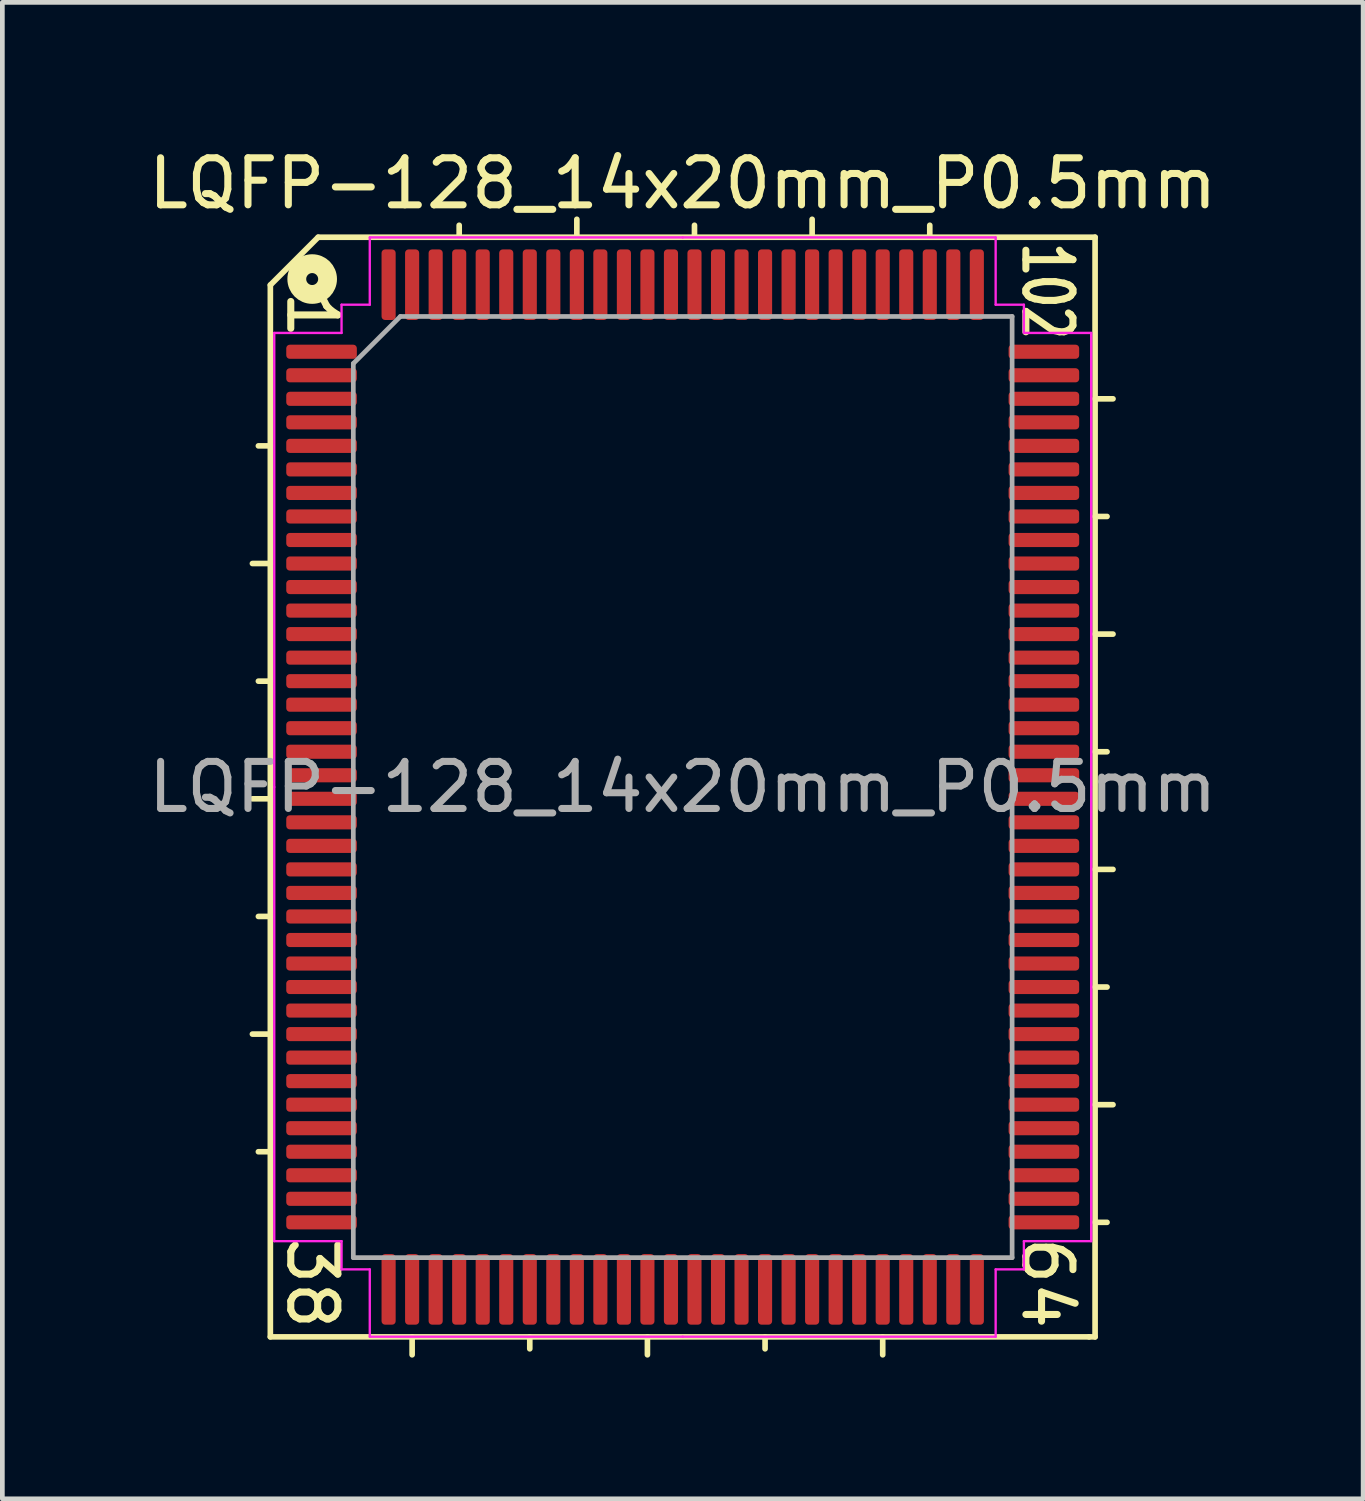
<source format=kicad_pcb>
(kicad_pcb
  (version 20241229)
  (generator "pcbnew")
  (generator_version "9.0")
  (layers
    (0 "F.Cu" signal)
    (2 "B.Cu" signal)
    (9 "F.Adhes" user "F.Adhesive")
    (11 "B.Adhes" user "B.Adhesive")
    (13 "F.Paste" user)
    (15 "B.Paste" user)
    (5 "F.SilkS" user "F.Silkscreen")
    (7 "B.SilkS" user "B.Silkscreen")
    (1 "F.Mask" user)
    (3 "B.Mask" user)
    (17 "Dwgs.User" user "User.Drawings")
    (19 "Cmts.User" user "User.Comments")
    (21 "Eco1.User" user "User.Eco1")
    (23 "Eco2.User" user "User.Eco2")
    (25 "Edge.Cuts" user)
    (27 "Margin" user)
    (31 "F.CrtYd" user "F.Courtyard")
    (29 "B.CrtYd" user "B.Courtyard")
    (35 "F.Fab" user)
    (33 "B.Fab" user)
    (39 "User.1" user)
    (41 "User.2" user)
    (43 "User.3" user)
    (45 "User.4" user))
  (footprint "LQFP-128_14x20mm_P0.5mm"
    (layer "F.Cu")
    (at 11.458 13.675)
    (property "Reference" "LQFP-128_14x20mm_P0.5mm" (at 0 -12.827 0) (layer "F.SilkS") (effects (font (size 1 1) (thickness 0.15))))
    (attr smd)
    (fp_line (start -9.144 -4.75) (end -8.763 -4.75) (stroke (width 0.12) (type solid)) (layer "F.SilkS"))
    (fp_line (start -9.144 0.25) (end -8.763 0.25) (stroke (width 0.12) (type solid)) (layer "F.SilkS"))
    (fp_line (start -9.144 5.25) (end -8.763 5.25) (stroke (width 0.12) (type solid)) (layer "F.SilkS"))
    (fp_line (start -9.017 -2.25) (end -8.763 -2.25) (stroke (width 0.12) (type solid)) (layer "F.SilkS"))
    (fp_line (start -9.017 2.75) (end -8.763 2.75) (stroke (width 0.12) (type solid)) (layer "F.SilkS"))
    (fp_line (start -9.017 7.75) (end -8.763 7.75) (stroke (width 0.12) (type solid)) (layer "F.SilkS"))
    (fp_line (start -8.763 -10.668) (end -8.763 11.684) (stroke (width 0.12) (type solid)) (layer "F.SilkS"))
    (fp_line (start -8.763 -7.25) (end -9.017 -7.25) (stroke (width 0.12) (type solid)) (layer "F.SilkS"))
    (fp_line (start -8.763 11.684) (end 8.636 11.684) (stroke (width 0.12) (type solid)) (layer "F.SilkS"))
    (fp_line (start -7.747 -11.684) (end -8.763 -10.668) (stroke (width 0.12) (type solid)) (layer "F.SilkS"))
    (fp_line (start -5.75 12.065) (end -5.75 11.684) (stroke (width 0.12) (type solid)) (layer "F.SilkS"))
    (fp_line (start -4.75 -11.938) (end -4.75 -11.684) (stroke (width 0.12) (type solid)) (layer "F.SilkS"))
    (fp_line (start -3.25 11.938) (end -3.25 11.684) (stroke (width 0.12) (type solid)) (layer "F.SilkS"))
    (fp_line (start -2.25 -12.065) (end -2.25 -11.684) (stroke (width 0.12) (type solid)) (layer "F.SilkS"))
    (fp_line (start -0.75 12.065) (end -0.75 11.684) (stroke (width 0.12) (type solid)) (layer "F.SilkS"))
    (fp_line (start 0.25 -11.938) (end 0.25 -11.684) (stroke (width 0.12) (type solid)) (layer "F.SilkS"))
    (fp_line (start 1.75 11.938) (end 1.75 11.684) (stroke (width 0.12) (type solid)) (layer "F.SilkS"))
    (fp_line (start 2.75 -12.065) (end 2.75 -11.684) (stroke (width 0.12) (type solid)) (layer "F.SilkS"))
    (fp_line (start 4.25 12.065) (end 4.25 11.684) (stroke (width 0.12) (type solid)) (layer "F.SilkS"))
    (fp_line (start 5.25 -11.938) (end 5.25 -11.684) (stroke (width 0.12) (type solid)) (layer "F.SilkS"))
    (fp_line (start 8.636 11.684) (end 8.763 11.684) (stroke (width 0.12) (type solid)) (layer "F.SilkS"))
    (fp_line (start 8.763 -11.684) (end -7.747 -11.684) (stroke (width 0.12) (type solid)) (layer "F.SilkS"))
    (fp_line (start 8.763 11.684) (end 8.763 -11.684) (stroke (width 0.12) (type solid)) (layer "F.SilkS"))
    (fp_line (start 9.017 -5.75) (end 8.763 -5.75) (stroke (width 0.12) (type solid)) (layer "F.SilkS"))
    (fp_line (start 9.017 -0.75) (end 8.763 -0.75) (stroke (width 0.12) (type solid)) (layer "F.SilkS"))
    (fp_line (start 9.017 4.25) (end 8.763 4.25) (stroke (width 0.12) (type solid)) (layer "F.SilkS"))
    (fp_line (start 9.017 9.25) (end 8.763 9.25) (stroke (width 0.12) (type solid)) (layer "F.SilkS"))
    (fp_line (start 9.144 -8.25) (end 8.763 -8.25) (stroke (width 0.12) (type solid)) (layer "F.SilkS"))
    (fp_line (start 9.144 -3.25) (end 8.763 -3.25) (stroke (width 0.12) (type solid)) (layer "F.SilkS"))
    (fp_line (start 9.144 1.75) (end 8.763 1.75) (stroke (width 0.12) (type solid)) (layer "F.SilkS"))
    (fp_line (start 9.144 6.75) (end 8.763 6.75) (stroke (width 0.12) (type solid)) (layer "F.SilkS"))
    (fp_circle (center -7.874 -10.795) (end -7.747 -10.795) (stroke (width 0.4) (type solid)) (fill no) (layer "F.SilkS"))
    (fp_line (start -8.68 -9.65) (end -8.68 0) (stroke (width 0.05) (type solid)) (layer "F.CrtYd"))
    (fp_line (start -8.68 9.65) (end -8.68 0) (stroke (width 0.05) (type solid)) (layer "F.CrtYd"))
    (fp_line (start -7.25 -10.25) (end -7.25 -9.65) (stroke (width 0.05) (type solid)) (layer "F.CrtYd"))
    (fp_line (start -7.25 -9.65) (end -8.68 -9.65) (stroke (width 0.05) (type solid)) (layer "F.CrtYd"))
    (fp_line (start -7.25 9.65) (end -8.68 9.65) (stroke (width 0.05) (type solid)) (layer "F.CrtYd"))
    (fp_line (start -7.25 10.25) (end -7.25 9.65) (stroke (width 0.05) (type solid)) (layer "F.CrtYd"))
    (fp_line (start -6.65 -11.68) (end -6.65 -10.25) (stroke (width 0.05) (type solid)) (layer "F.CrtYd"))
    (fp_line (start -6.65 -10.25) (end -7.25 -10.25) (stroke (width 0.05) (type solid)) (layer "F.CrtYd"))
    (fp_line (start -6.65 10.25) (end -7.25 10.25) (stroke (width 0.05) (type solid)) (layer "F.CrtYd"))
    (fp_line (start -6.65 11.68) (end -6.65 10.25) (stroke (width 0.05) (type solid)) (layer "F.CrtYd"))
    (fp_line (start 0 -11.68) (end -6.65 -11.68) (stroke (width 0.05) (type solid)) (layer "F.CrtYd"))
    (fp_line (start 0 -11.68) (end 6.65 -11.68) (stroke (width 0.05) (type solid)) (layer "F.CrtYd"))
    (fp_line (start 0 11.68) (end -6.65 11.68) (stroke (width 0.05) (type solid)) (layer "F.CrtYd"))
    (fp_line (start 0 11.68) (end 6.65 11.68) (stroke (width 0.05) (type solid)) (layer "F.CrtYd"))
    (fp_line (start 6.65 -11.68) (end 6.65 -10.25) (stroke (width 0.05) (type solid)) (layer "F.CrtYd"))
    (fp_line (start 6.65 -10.25) (end 7.25 -10.25) (stroke (width 0.05) (type solid)) (layer "F.CrtYd"))
    (fp_line (start 6.65 10.25) (end 7.25 10.25) (stroke (width 0.05) (type solid)) (layer "F.CrtYd"))
    (fp_line (start 6.65 11.68) (end 6.65 10.25) (stroke (width 0.05) (type solid)) (layer "F.CrtYd"))
    (fp_line (start 7.25 -10.25) (end 7.25 -9.65) (stroke (width 0.05) (type solid)) (layer "F.CrtYd"))
    (fp_line (start 7.25 -9.65) (end 8.68 -9.65) (stroke (width 0.05) (type solid)) (layer "F.CrtYd"))
    (fp_line (start 7.25 9.65) (end 8.68 9.65) (stroke (width 0.05) (type solid)) (layer "F.CrtYd"))
    (fp_line (start 7.25 10.25) (end 7.25 9.65) (stroke (width 0.05) (type solid)) (layer "F.CrtYd"))
    (fp_line (start 8.68 -9.65) (end 8.68 0) (stroke (width 0.05) (type solid)) (layer "F.CrtYd"))
    (fp_line (start 8.68 9.65) (end 8.68 0) (stroke (width 0.05) (type solid)) (layer "F.CrtYd"))
    (fp_line (start -7 -9) (end -6 -10) (stroke (width 0.1) (type solid)) (layer "F.Fab"))
    (fp_line (start -7 10) (end -7 -9) (stroke (width 0.1) (type solid)) (layer "F.Fab"))
    (fp_line (start -6 -10) (end 7 -10) (stroke (width 0.1) (type solid)) (layer "F.Fab"))
    (fp_line (start 7 -10) (end 7 10) (stroke (width 0.1) (type solid)) (layer "F.Fab"))
    (fp_line (start 7 10) (end -7 10) (stroke (width 0.1) (type solid)) (layer "F.Fab"))
    (fp_text user "102" (at 7.747 -10.541 270) (unlocked yes) (layer "F.SilkS") (effects (font (size 1 0.7) (thickness 0.15))))
    (fp_text user "1" (at -7.874 -10.033 270) (unlocked yes) (layer "F.SilkS") (effects (font (size 1 1) (thickness 0.15))))
    (fp_text user "38" (at -7.874 10.541 270) (unlocked yes) (layer "F.SilkS") (effects (font (size 1 1) (thickness 0.15))))
    (fp_text user "64" (at 7.747 10.541 270) (unlocked yes) (layer "F.SilkS") (effects (font (size 1 1) (thickness 0.15))))
    (fp_text user "${REFERENCE}" (at 0 0 0) (layer "F.Fab") (effects (font (size 1 1) (thickness 0.15))))
    (pad "1" smd roundrect (at -7.675 -9.25) (size 1.5 0.3) (layers "F.Cu" "F.Mask" "F.Paste") (roundrect_rratio 0.25))
    (pad "2" smd roundrect (at -7.675 -8.75) (size 1.5 0.3) (layers "F.Cu" "F.Mask" "F.Paste") (roundrect_rratio 0.25))
    (pad "3" smd roundrect (at -7.675 -8.25) (size 1.5 0.3) (layers "F.Cu" "F.Mask" "F.Paste") (roundrect_rratio 0.25))
    (pad "4" smd roundrect (at -7.675 -7.75) (size 1.5 0.3) (layers "F.Cu" "F.Mask" "F.Paste") (roundrect_rratio 0.25))
    (pad "5" smd roundrect (at -7.675 -7.25) (size 1.5 0.3) (layers "F.Cu" "F.Mask" "F.Paste") (roundrect_rratio 0.25))
    (pad "6" smd roundrect (at -7.675 -6.75) (size 1.5 0.3) (layers "F.Cu" "F.Mask" "F.Paste") (roundrect_rratio 0.25))
    (pad "7" smd roundrect (at -7.675 -6.25) (size 1.5 0.3) (layers "F.Cu" "F.Mask" "F.Paste") (roundrect_rratio 0.25))
    (pad "8" smd roundrect (at -7.675 -5.75) (size 1.5 0.3) (layers "F.Cu" "F.Mask" "F.Paste") (roundrect_rratio 0.25))
    (pad "9" smd roundrect (at -7.675 -5.25) (size 1.5 0.3) (layers "F.Cu" "F.Mask" "F.Paste") (roundrect_rratio 0.25))
    (pad "10" smd roundrect (at -7.675 -4.75) (size 1.5 0.3) (layers "F.Cu" "F.Mask" "F.Paste") (roundrect_rratio 0.25))
    (pad "11" smd roundrect (at -7.675 -4.25) (size 1.5 0.3) (layers "F.Cu" "F.Mask" "F.Paste") (roundrect_rratio 0.25))
    (pad "12" smd roundrect (at -7.675 -3.75) (size 1.5 0.3) (layers "F.Cu" "F.Mask" "F.Paste") (roundrect_rratio 0.25))
    (pad "13" smd roundrect (at -7.675 -3.25) (size 1.5 0.3) (layers "F.Cu" "F.Mask" "F.Paste") (roundrect_rratio 0.25))
    (pad "14" smd roundrect (at -7.675 -2.75) (size 1.5 0.3) (layers "F.Cu" "F.Mask" "F.Paste") (roundrect_rratio 0.25))
    (pad "15" smd roundrect (at -7.675 -2.25) (size 1.5 0.3) (layers "F.Cu" "F.Mask" "F.Paste") (roundrect_rratio 0.25))
    (pad "16" smd roundrect (at -7.675 -1.75) (size 1.5 0.3) (layers "F.Cu" "F.Mask" "F.Paste") (roundrect_rratio 0.25))
    (pad "17" smd roundrect (at -7.675 -1.25) (size 1.5 0.3) (layers "F.Cu" "F.Mask" "F.Paste") (roundrect_rratio 0.25))
    (pad "18" smd roundrect (at -7.675 -0.75) (size 1.5 0.3) (layers "F.Cu" "F.Mask" "F.Paste") (roundrect_rratio 0.25))
    (pad "19" smd roundrect (at -7.675 -0.25) (size 1.5 0.3) (layers "F.Cu" "F.Mask" "F.Paste") (roundrect_rratio 0.25))
    (pad "20" smd roundrect (at -7.675 0.25) (size 1.5 0.3) (layers "F.Cu" "F.Mask" "F.Paste") (roundrect_rratio 0.25))
    (pad "21" smd roundrect (at -7.675 0.75) (size 1.5 0.3) (layers "F.Cu" "F.Mask" "F.Paste") (roundrect_rratio 0.25))
    (pad "22" smd roundrect (at -7.675 1.25) (size 1.5 0.3) (layers "F.Cu" "F.Mask" "F.Paste") (roundrect_rratio 0.25))
    (pad "23" smd roundrect (at -7.675 1.75) (size 1.5 0.3) (layers "F.Cu" "F.Mask" "F.Paste") (roundrect_rratio 0.25))
    (pad "24" smd roundrect (at -7.675 2.25) (size 1.5 0.3) (layers "F.Cu" "F.Mask" "F.Paste") (roundrect_rratio 0.25))
    (pad "25" smd roundrect (at -7.675 2.75) (size 1.5 0.3) (layers "F.Cu" "F.Mask" "F.Paste") (roundrect_rratio 0.25))
    (pad "26" smd roundrect (at -7.675 3.25) (size 1.5 0.3) (layers "F.Cu" "F.Mask" "F.Paste") (roundrect_rratio 0.25))
    (pad "27" smd roundrect (at -7.675 3.75) (size 1.5 0.3) (layers "F.Cu" "F.Mask" "F.Paste") (roundrect_rratio 0.25))
    (pad "28" smd roundrect (at -7.675 4.25) (size 1.5 0.3) (layers "F.Cu" "F.Mask" "F.Paste") (roundrect_rratio 0.25))
    (pad "29" smd roundrect (at -7.675 4.75) (size 1.5 0.3) (layers "F.Cu" "F.Mask" "F.Paste") (roundrect_rratio 0.25))
    (pad "30" smd roundrect (at -7.675 5.25) (size 1.5 0.3) (layers "F.Cu" "F.Mask" "F.Paste") (roundrect_rratio 0.25))
    (pad "31" smd roundrect (at -7.675 5.75) (size 1.5 0.3) (layers "F.Cu" "F.Mask" "F.Paste") (roundrect_rratio 0.25))
    (pad "32" smd roundrect (at -7.675 6.25) (size 1.5 0.3) (layers "F.Cu" "F.Mask" "F.Paste") (roundrect_rratio 0.25))
    (pad "33" smd roundrect (at -7.675 6.75) (size 1.5 0.3) (layers "F.Cu" "F.Mask" "F.Paste") (roundrect_rratio 0.25))
    (pad "34" smd roundrect (at -7.675 7.25) (size 1.5 0.3) (layers "F.Cu" "F.Mask" "F.Paste") (roundrect_rratio 0.25))
    (pad "35" smd roundrect (at -7.675 7.75) (size 1.5 0.3) (layers "F.Cu" "F.Mask" "F.Paste") (roundrect_rratio 0.25))
    (pad "36" smd roundrect (at -7.675 8.25) (size 1.5 0.3) (layers "F.Cu" "F.Mask" "F.Paste") (roundrect_rratio 0.25))
    (pad "37" smd roundrect (at -7.675 8.75) (size 1.5 0.3) (layers "F.Cu" "F.Mask" "F.Paste") (roundrect_rratio 0.25))
    (pad "38" smd roundrect (at -7.675 9.25) (size 1.5 0.3) (layers "F.Cu" "F.Mask" "F.Paste") (roundrect_rratio 0.25))
    (pad "39" smd roundrect (at -6.25 10.675) (size 0.3 1.5) (layers "F.Cu" "F.Mask" "F.Paste") (roundrect_rratio 0.25))
    (pad "40" smd roundrect (at -5.75 10.675) (size 0.3 1.5) (layers "F.Cu" "F.Mask" "F.Paste") (roundrect_rratio 0.25))
    (pad "41" smd roundrect (at -5.25 10.675) (size 0.3 1.5) (layers "F.Cu" "F.Mask" "F.Paste") (roundrect_rratio 0.25))
    (pad "42" smd roundrect (at -4.75 10.675) (size 0.3 1.5) (layers "F.Cu" "F.Mask" "F.Paste") (roundrect_rratio 0.25))
    (pad "43" smd roundrect (at -4.25 10.675) (size 0.3 1.5) (layers "F.Cu" "F.Mask" "F.Paste") (roundrect_rratio 0.25))
    (pad "44" smd roundrect (at -3.75 10.675) (size 0.3 1.5) (layers "F.Cu" "F.Mask" "F.Paste") (roundrect_rratio 0.25))
    (pad "45" smd roundrect (at -3.25 10.675) (size 0.3 1.5) (layers "F.Cu" "F.Mask" "F.Paste") (roundrect_rratio 0.25))
    (pad "46" smd roundrect (at -2.75 10.675) (size 0.3 1.5) (layers "F.Cu" "F.Mask" "F.Paste") (roundrect_rratio 0.25))
    (pad "47" smd roundrect (at -2.25 10.675) (size 0.3 1.5) (layers "F.Cu" "F.Mask" "F.Paste") (roundrect_rratio 0.25))
    (pad "48" smd roundrect (at -1.75 10.675) (size 0.3 1.5) (layers "F.Cu" "F.Mask" "F.Paste") (roundrect_rratio 0.25))
    (pad "49" smd roundrect (at -1.25 10.675) (size 0.3 1.5) (layers "F.Cu" "F.Mask" "F.Paste") (roundrect_rratio 0.25))
    (pad "50" smd roundrect (at -0.75 10.675) (size 0.3 1.5) (layers "F.Cu" "F.Mask" "F.Paste") (roundrect_rratio 0.25))
    (pad "51" smd roundrect (at -0.25 10.675) (size 0.3 1.5) (layers "F.Cu" "F.Mask" "F.Paste") (roundrect_rratio 0.25))
    (pad "52" smd roundrect (at 0.25 10.675) (size 0.3 1.5) (layers "F.Cu" "F.Mask" "F.Paste") (roundrect_rratio 0.25))
    (pad "53" smd roundrect (at 0.75 10.675) (size 0.3 1.5) (layers "F.Cu" "F.Mask" "F.Paste") (roundrect_rratio 0.25))
    (pad "54" smd roundrect (at 1.25 10.675) (size 0.3 1.5) (layers "F.Cu" "F.Mask" "F.Paste") (roundrect_rratio 0.25))
    (pad "55" smd roundrect (at 1.75 10.675) (size 0.3 1.5) (layers "F.Cu" "F.Mask" "F.Paste") (roundrect_rratio 0.25))
    (pad "56" smd roundrect (at 2.25 10.675) (size 0.3 1.5) (layers "F.Cu" "F.Mask" "F.Paste") (roundrect_rratio 0.25))
    (pad "57" smd roundrect (at 2.75 10.675) (size 0.3 1.5) (layers "F.Cu" "F.Mask" "F.Paste") (roundrect_rratio 0.25))
    (pad "58" smd roundrect (at 3.25 10.675) (size 0.3 1.5) (layers "F.Cu" "F.Mask" "F.Paste") (roundrect_rratio 0.25))
    (pad "59" smd roundrect (at 3.75 10.675) (size 0.3 1.5) (layers "F.Cu" "F.Mask" "F.Paste") (roundrect_rratio 0.25))
    (pad "60" smd roundrect (at 4.25 10.675) (size 0.3 1.5) (layers "F.Cu" "F.Mask" "F.Paste") (roundrect_rratio 0.25))
    (pad "61" smd roundrect (at 4.75 10.675) (size 0.3 1.5) (layers "F.Cu" "F.Mask" "F.Paste") (roundrect_rratio 0.25))
    (pad "62" smd roundrect (at 5.25 10.675) (size 0.3 1.5) (layers "F.Cu" "F.Mask" "F.Paste") (roundrect_rratio 0.25))
    (pad "63" smd roundrect (at 5.75 10.675) (size 0.3 1.5) (layers "F.Cu" "F.Mask" "F.Paste") (roundrect_rratio 0.25))
    (pad "64" smd roundrect (at 6.25 10.675) (size 0.3 1.5) (layers "F.Cu" "F.Mask" "F.Paste") (roundrect_rratio 0.25))
    (pad "65" smd roundrect (at 7.675 9.25) (size 1.5 0.3) (layers "F.Cu" "F.Mask" "F.Paste") (roundrect_rratio 0.25))
    (pad "66" smd roundrect (at 7.675 8.75) (size 1.5 0.3) (layers "F.Cu" "F.Mask" "F.Paste") (roundrect_rratio 0.25))
    (pad "67" smd roundrect (at 7.675 8.25) (size 1.5 0.3) (layers "F.Cu" "F.Mask" "F.Paste") (roundrect_rratio 0.25))
    (pad "68" smd roundrect (at 7.675 7.75) (size 1.5 0.3) (layers "F.Cu" "F.Mask" "F.Paste") (roundrect_rratio 0.25))
    (pad "69" smd roundrect (at 7.675 7.25) (size 1.5 0.3) (layers "F.Cu" "F.Mask" "F.Paste") (roundrect_rratio 0.25))
    (pad "70" smd roundrect (at 7.675 6.75) (size 1.5 0.3) (layers "F.Cu" "F.Mask" "F.Paste") (roundrect_rratio 0.25))
    (pad "71" smd roundrect (at 7.675 6.25) (size 1.5 0.3) (layers "F.Cu" "F.Mask" "F.Paste") (roundrect_rratio 0.25))
    (pad "72" smd roundrect (at 7.675 5.75) (size 1.5 0.3) (layers "F.Cu" "F.Mask" "F.Paste") (roundrect_rratio 0.25))
    (pad "73" smd roundrect (at 7.675 5.25) (size 1.5 0.3) (layers "F.Cu" "F.Mask" "F.Paste") (roundrect_rratio 0.25))
    (pad "74" smd roundrect (at 7.675 4.75) (size 1.5 0.3) (layers "F.Cu" "F.Mask" "F.Paste") (roundrect_rratio 0.25))
    (pad "75" smd roundrect (at 7.675 4.25) (size 1.5 0.3) (layers "F.Cu" "F.Mask" "F.Paste") (roundrect_rratio 0.25))
    (pad "76" smd roundrect (at 7.675 3.75) (size 1.5 0.3) (layers "F.Cu" "F.Mask" "F.Paste") (roundrect_rratio 0.25))
    (pad "77" smd roundrect (at 7.675 3.25) (size 1.5 0.3) (layers "F.Cu" "F.Mask" "F.Paste") (roundrect_rratio 0.25))
    (pad "78" smd roundrect (at 7.675 2.75) (size 1.5 0.3) (layers "F.Cu" "F.Mask" "F.Paste") (roundrect_rratio 0.25))
    (pad "79" smd roundrect (at 7.675 2.25) (size 1.5 0.3) (layers "F.Cu" "F.Mask" "F.Paste") (roundrect_rratio 0.25))
    (pad "80" smd roundrect (at 7.675 1.75) (size 1.5 0.3) (layers "F.Cu" "F.Mask" "F.Paste") (roundrect_rratio 0.25))
    (pad "81" smd roundrect (at 7.675 1.25) (size 1.5 0.3) (layers "F.Cu" "F.Mask" "F.Paste") (roundrect_rratio 0.25))
    (pad "82" smd roundrect (at 7.675 0.75) (size 1.5 0.3) (layers "F.Cu" "F.Mask" "F.Paste") (roundrect_rratio 0.25))
    (pad "83" smd roundrect (at 7.675 0.25) (size 1.5 0.3) (layers "F.Cu" "F.Mask" "F.Paste") (roundrect_rratio 0.25))
    (pad "84" smd roundrect (at 7.675 -0.25) (size 1.5 0.3) (layers "F.Cu" "F.Mask" "F.Paste") (roundrect_rratio 0.25))
    (pad "85" smd roundrect (at 7.675 -0.75) (size 1.5 0.3) (layers "F.Cu" "F.Mask" "F.Paste") (roundrect_rratio 0.25))
    (pad "86" smd roundrect (at 7.675 -1.25) (size 1.5 0.3) (layers "F.Cu" "F.Mask" "F.Paste") (roundrect_rratio 0.25))
    (pad "87" smd roundrect (at 7.675 -1.75) (size 1.5 0.3) (layers "F.Cu" "F.Mask" "F.Paste") (roundrect_rratio 0.25))
    (pad "88" smd roundrect (at 7.675 -2.25) (size 1.5 0.3) (layers "F.Cu" "F.Mask" "F.Paste") (roundrect_rratio 0.25))
    (pad "89" smd roundrect (at 7.675 -2.75) (size 1.5 0.3) (layers "F.Cu" "F.Mask" "F.Paste") (roundrect_rratio 0.25))
    (pad "90" smd roundrect (at 7.675 -3.25) (size 1.5 0.3) (layers "F.Cu" "F.Mask" "F.Paste") (roundrect_rratio 0.25))
    (pad "91" smd roundrect (at 7.675 -3.75) (size 1.5 0.3) (layers "F.Cu" "F.Mask" "F.Paste") (roundrect_rratio 0.25))
    (pad "92" smd roundrect (at 7.675 -4.25) (size 1.5 0.3) (layers "F.Cu" "F.Mask" "F.Paste") (roundrect_rratio 0.25))
    (pad "93" smd roundrect (at 7.675 -4.75) (size 1.5 0.3) (layers "F.Cu" "F.Mask" "F.Paste") (roundrect_rratio 0.25))
    (pad "94" smd roundrect (at 7.675 -5.25) (size 1.5 0.3) (layers "F.Cu" "F.Mask" "F.Paste") (roundrect_rratio 0.25))
    (pad "95" smd roundrect (at 7.675 -5.75) (size 1.5 0.3) (layers "F.Cu" "F.Mask" "F.Paste") (roundrect_rratio 0.25))
    (pad "96" smd roundrect (at 7.675 -6.25) (size 1.5 0.3) (layers "F.Cu" "F.Mask" "F.Paste") (roundrect_rratio 0.25))
    (pad "97" smd roundrect (at 7.675 -6.75) (size 1.5 0.3) (layers "F.Cu" "F.Mask" "F.Paste") (roundrect_rratio 0.25))
    (pad "98" smd roundrect (at 7.675 -7.25) (size 1.5 0.3) (layers "F.Cu" "F.Mask" "F.Paste") (roundrect_rratio 0.25))
    (pad "99" smd roundrect (at 7.675 -7.75) (size 1.5 0.3) (layers "F.Cu" "F.Mask" "F.Paste") (roundrect_rratio 0.25))
    (pad "100" smd roundrect (at 7.675 -8.25) (size 1.5 0.3) (layers "F.Cu" "F.Mask" "F.Paste") (roundrect_rratio 0.25))
    (pad "101" smd roundrect (at 7.675 -8.75) (size 1.5 0.3) (layers "F.Cu" "F.Mask" "F.Paste") (roundrect_rratio 0.25))
    (pad "102" smd roundrect (at 7.675 -9.25) (size 1.5 0.3) (layers "F.Cu" "F.Mask" "F.Paste") (roundrect_rratio 0.25))
    (pad "103" smd roundrect (at 6.25 -10.675) (size 0.3 1.5) (layers "F.Cu" "F.Mask" "F.Paste") (roundrect_rratio 0.25))
    (pad "104" smd roundrect (at 5.75 -10.675) (size 0.3 1.5) (layers "F.Cu" "F.Mask" "F.Paste") (roundrect_rratio 0.25))
    (pad "105" smd roundrect (at 5.25 -10.675) (size 0.3 1.5) (layers "F.Cu" "F.Mask" "F.Paste") (roundrect_rratio 0.25))
    (pad "106" smd roundrect (at 4.75 -10.675) (size 0.3 1.5) (layers "F.Cu" "F.Mask" "F.Paste") (roundrect_rratio 0.25))
    (pad "107" smd roundrect (at 4.25 -10.675) (size 0.3 1.5) (layers "F.Cu" "F.Mask" "F.Paste") (roundrect_rratio 0.25))
    (pad "108" smd roundrect (at 3.75 -10.675) (size 0.3 1.5) (layers "F.Cu" "F.Mask" "F.Paste") (roundrect_rratio 0.25))
    (pad "109" smd roundrect (at 3.25 -10.675) (size 0.3 1.5) (layers "F.Cu" "F.Mask" "F.Paste") (roundrect_rratio 0.25))
    (pad "110" smd roundrect (at 2.75 -10.675) (size 0.3 1.5) (layers "F.Cu" "F.Mask" "F.Paste") (roundrect_rratio 0.25))
    (pad "111" smd roundrect (at 2.25 -10.675) (size 0.3 1.5) (layers "F.Cu" "F.Mask" "F.Paste") (roundrect_rratio 0.25))
    (pad "112" smd roundrect (at 1.75 -10.675) (size 0.3 1.5) (layers "F.Cu" "F.Mask" "F.Paste") (roundrect_rratio 0.25))
    (pad "113" smd roundrect (at 1.25 -10.675) (size 0.3 1.5) (layers "F.Cu" "F.Mask" "F.Paste") (roundrect_rratio 0.25))
    (pad "114" smd roundrect (at 0.75 -10.675) (size 0.3 1.5) (layers "F.Cu" "F.Mask" "F.Paste") (roundrect_rratio 0.25))
    (pad "115" smd roundrect (at 0.25 -10.675) (size 0.3 1.5) (layers "F.Cu" "F.Mask" "F.Paste") (roundrect_rratio 0.25))
    (pad "116" smd roundrect (at -0.25 -10.675) (size 0.3 1.5) (layers "F.Cu" "F.Mask" "F.Paste") (roundrect_rratio 0.25))
    (pad "117" smd roundrect (at -0.75 -10.675) (size 0.3 1.5) (layers "F.Cu" "F.Mask" "F.Paste") (roundrect_rratio 0.25))
    (pad "118" smd roundrect (at -1.25 -10.675) (size 0.3 1.5) (layers "F.Cu" "F.Mask" "F.Paste") (roundrect_rratio 0.25))
    (pad "119" smd roundrect (at -1.75 -10.675) (size 0.3 1.5) (layers "F.Cu" "F.Mask" "F.Paste") (roundrect_rratio 0.25))
    (pad "120" smd roundrect (at -2.25 -10.675) (size 0.3 1.5) (layers "F.Cu" "F.Mask" "F.Paste") (roundrect_rratio 0.25))
    (pad "121" smd roundrect (at -2.75 -10.675) (size 0.3 1.5) (layers "F.Cu" "F.Mask" "F.Paste") (roundrect_rratio 0.25))
    (pad "122" smd roundrect (at -3.25 -10.675) (size 0.3 1.5) (layers "F.Cu" "F.Mask" "F.Paste") (roundrect_rratio 0.25))
    (pad "123" smd roundrect (at -3.75 -10.675) (size 0.3 1.5) (layers "F.Cu" "F.Mask" "F.Paste") (roundrect_rratio 0.25))
    (pad "124" smd roundrect (at -4.25 -10.675) (size 0.3 1.5) (layers "F.Cu" "F.Mask" "F.Paste") (roundrect_rratio 0.25))
    (pad "125" smd roundrect (at -4.75 -10.675) (size 0.3 1.5) (layers "F.Cu" "F.Mask" "F.Paste") (roundrect_rratio 0.25))
    (pad "126" smd roundrect (at -5.25 -10.675) (size 0.3 1.5) (layers "F.Cu" "F.Mask" "F.Paste") (roundrect_rratio 0.25))
    (pad "127" smd roundrect (at -5.75 -10.675) (size 0.3 1.5) (layers "F.Cu" "F.Mask" "F.Paste") (roundrect_rratio 0.25))
    (pad "128" smd roundrect (at -6.25 -10.675) (size 0.3 1.5) (layers "F.Cu" "F.Mask" "F.Paste") (roundrect_rratio 0.25)))
  (gr_rect
    (start -3 -3)
    (end 25.917 28.8)
    (stroke (width 0.1) (type default))
    (fill no)
    (layer "Edge.Cuts")))
</source>
